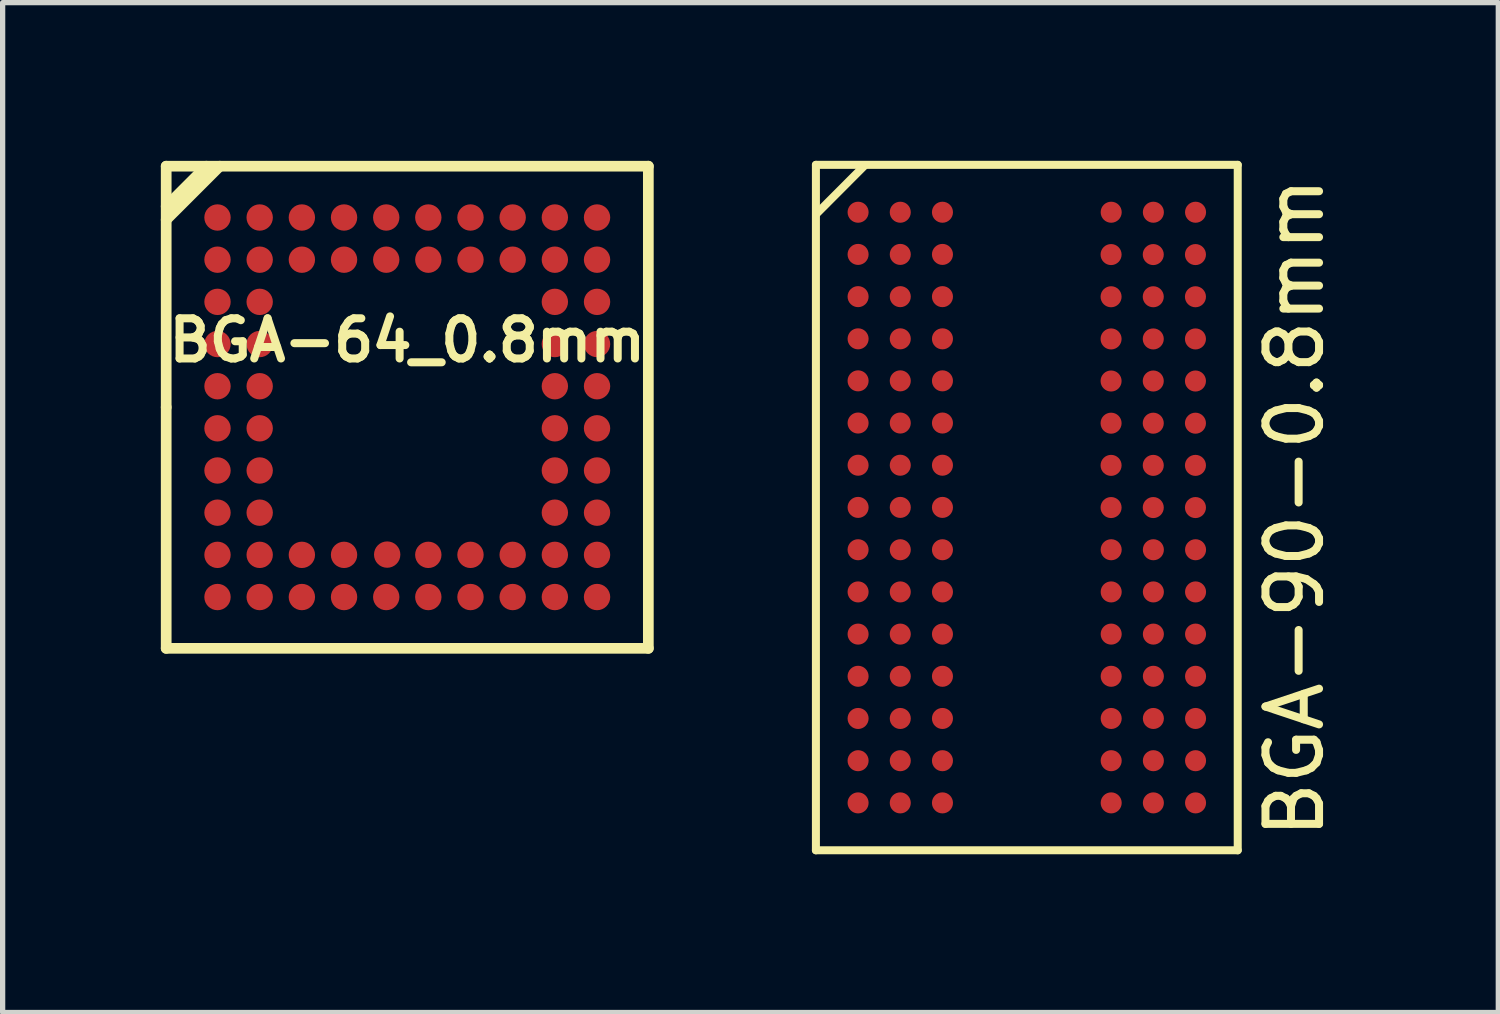
<source format=kicad_pcb>
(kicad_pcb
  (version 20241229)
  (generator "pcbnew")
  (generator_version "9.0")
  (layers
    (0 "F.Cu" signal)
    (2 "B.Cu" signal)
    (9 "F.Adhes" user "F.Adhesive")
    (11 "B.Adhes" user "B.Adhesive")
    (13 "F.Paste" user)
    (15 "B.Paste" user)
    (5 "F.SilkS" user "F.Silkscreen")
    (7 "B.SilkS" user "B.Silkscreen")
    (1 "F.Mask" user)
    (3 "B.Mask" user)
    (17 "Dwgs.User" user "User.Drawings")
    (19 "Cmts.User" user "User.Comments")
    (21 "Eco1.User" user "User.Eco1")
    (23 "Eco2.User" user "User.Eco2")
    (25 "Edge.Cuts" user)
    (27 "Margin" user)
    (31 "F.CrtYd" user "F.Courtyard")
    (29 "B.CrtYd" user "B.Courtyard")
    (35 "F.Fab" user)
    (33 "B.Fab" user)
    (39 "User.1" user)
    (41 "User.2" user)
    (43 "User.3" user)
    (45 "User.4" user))
  (footprint "BGA-90-0.8mm"
    (layer "F.Cu")
    (at 16.424 6.576)
    (property "Reference" "BGA-90-0.8mm" (at 5.08 0 90) (layer "F.SilkS") (effects (font (size 1.016 1.016) (thickness 0.152))))
    (attr smd)
    (fp_line (start -4 -6.5) (end 4 -6.5) (stroke (width 0.152) (type solid)) (layer "F.SilkS"))
    (fp_line (start -4 6.5) (end -4 -6.5) (stroke (width 0.152) (type solid)) (layer "F.SilkS"))
    (fp_line (start -3.081 -6.482) (end -3.98 -5.58) (stroke (width 0.152) (type solid)) (layer "F.SilkS"))
    (fp_line (start 4 -6.5) (end 4 6.5) (stroke (width 0.152) (type solid)) (layer "F.SilkS"))
    (fp_line (start 4 6.5) (end -4 6.5) (stroke (width 0.152) (type solid)) (layer "F.SilkS"))
    (pad "A1" smd circle (at -3.2 -5.601) (size 0.399 0.399) (layers "F.Cu" "F.Mask" "F.Paste"))
    (pad "A2" smd circle (at -2.4 -5.601) (size 0.399 0.399) (layers "F.Cu" "F.Mask" "F.Paste"))
    (pad "A3" smd circle (at -1.6 -5.601) (size 0.399 0.399) (layers "F.Cu" "F.Mask" "F.Paste"))
    (pad "A7" smd circle (at 1.6 -5.601) (size 0.399 0.399) (layers "F.Cu" "F.Mask" "F.Paste"))
    (pad "A8" smd circle (at 2.4 -5.601) (size 0.399 0.399) (layers "F.Cu" "F.Mask" "F.Paste"))
    (pad "A9" smd circle (at 3.2 -5.601) (size 0.399 0.399) (layers "F.Cu" "F.Mask" "F.Paste"))
    (pad "B1" smd circle (at -3.2 -4.801) (size 0.399 0.399) (layers "F.Cu" "F.Mask" "F.Paste"))
    (pad "B2" smd circle (at -2.4 -4.801) (size 0.399 0.399) (layers "F.Cu" "F.Mask" "F.Paste"))
    (pad "B3" smd circle (at -1.6 -4.801) (size 0.399 0.399) (layers "F.Cu" "F.Mask" "F.Paste"))
    (pad "B7" smd circle (at 1.598 -4.798) (size 0.399 0.399) (layers "F.Cu" "F.Mask" "F.Paste"))
    (pad "B8" smd circle (at 2.398 -4.798) (size 0.399 0.399) (layers "F.Cu" "F.Mask" "F.Paste"))
    (pad "B9" smd circle (at 3.198 -4.798) (size 0.399 0.399) (layers "F.Cu" "F.Mask" "F.Paste"))
    (pad "C1" smd circle (at -3.2 -4) (size 0.399 0.399) (layers "F.Cu" "F.Mask" "F.Paste"))
    (pad "C2" smd circle (at -2.4 -4) (size 0.399 0.399) (layers "F.Cu" "F.Mask" "F.Paste"))
    (pad "C3" smd circle (at -1.6 -4) (size 0.399 0.399) (layers "F.Cu" "F.Mask" "F.Paste"))
    (pad "C7" smd circle (at 1.598 -3.998) (size 0.399 0.399) (layers "F.Cu" "F.Mask" "F.Paste"))
    (pad "C8" smd circle (at 2.398 -3.998) (size 0.399 0.399) (layers "F.Cu" "F.Mask" "F.Paste"))
    (pad "C9" smd circle (at 3.198 -3.998) (size 0.399 0.399) (layers "F.Cu" "F.Mask" "F.Paste"))
    (pad "D1" smd circle (at -3.2 -3.2) (size 0.399 0.399) (layers "F.Cu" "F.Mask" "F.Paste"))
    (pad "D2" smd circle (at -2.4 -3.2) (size 0.399 0.399) (layers "F.Cu" "F.Mask" "F.Paste"))
    (pad "D3" smd circle (at -1.6 -3.2) (size 0.399 0.399) (layers "F.Cu" "F.Mask" "F.Paste"))
    (pad "D7" smd circle (at 1.598 -3.198) (size 0.399 0.399) (layers "F.Cu" "F.Mask" "F.Paste"))
    (pad "D8" smd circle (at 2.398 -3.198) (size 0.399 0.399) (layers "F.Cu" "F.Mask" "F.Paste"))
    (pad "D9" smd circle (at 3.198 -3.198) (size 0.399 0.399) (layers "F.Cu" "F.Mask" "F.Paste"))
    (pad "E1" smd circle (at -3.2 -2.403) (size 0.399 0.399) (layers "F.Cu" "F.Mask" "F.Paste"))
    (pad "E2" smd circle (at -2.4 -2.403) (size 0.399 0.399) (layers "F.Cu" "F.Mask" "F.Paste"))
    (pad "E3" smd circle (at -1.6 -2.403) (size 0.399 0.399) (layers "F.Cu" "F.Mask" "F.Paste"))
    (pad "E7" smd circle (at 1.598 -2.4) (size 0.399 0.399) (layers "F.Cu" "F.Mask" "F.Paste"))
    (pad "E8" smd circle (at 2.398 -2.4) (size 0.399 0.399) (layers "F.Cu" "F.Mask" "F.Paste"))
    (pad "E9" smd circle (at 3.198 -2.4) (size 0.399 0.399) (layers "F.Cu" "F.Mask" "F.Paste"))
    (pad "F1" smd circle (at -3.2 -1.603) (size 0.399 0.399) (layers "F.Cu" "F.Mask" "F.Paste"))
    (pad "F2" smd circle (at -2.4 -1.603) (size 0.399 0.399) (layers "F.Cu" "F.Mask" "F.Paste"))
    (pad "F3" smd circle (at -1.6 -1.603) (size 0.399 0.399) (layers "F.Cu" "F.Mask" "F.Paste"))
    (pad "F7" smd circle (at 1.598 -1.6) (size 0.399 0.399) (layers "F.Cu" "F.Mask" "F.Paste"))
    (pad "F8" smd circle (at 2.398 -1.6) (size 0.399 0.399) (layers "F.Cu" "F.Mask" "F.Paste"))
    (pad "F9" smd circle (at 3.198 -1.6) (size 0.399 0.399) (layers "F.Cu" "F.Mask" "F.Paste"))
    (pad "G1" smd circle (at -3.2 -0.803) (size 0.399 0.399) (layers "F.Cu" "F.Mask" "F.Paste"))
    (pad "G2" smd circle (at -2.4 -0.803) (size 0.399 0.399) (layers "F.Cu" "F.Mask" "F.Paste"))
    (pad "G3" smd circle (at -1.6 -0.803) (size 0.399 0.399) (layers "F.Cu" "F.Mask" "F.Paste"))
    (pad "G7" smd circle (at 1.598 -0.8) (size 0.399 0.399) (layers "F.Cu" "F.Mask" "F.Paste"))
    (pad "G8" smd circle (at 2.398 -0.8) (size 0.399 0.399) (layers "F.Cu" "F.Mask" "F.Paste"))
    (pad "G9" smd circle (at 3.198 -0.8) (size 0.399 0.399) (layers "F.Cu" "F.Mask" "F.Paste"))
    (pad "H1" smd circle (at -3.2 -0.003) (size 0.399 0.399) (layers "F.Cu" "F.Mask" "F.Paste"))
    (pad "H2" smd circle (at -2.4 -0.003) (size 0.399 0.399) (layers "F.Cu" "F.Mask" "F.Paste"))
    (pad "H3" smd circle (at -1.6 -0.003) (size 0.399 0.399) (layers "F.Cu" "F.Mask" "F.Paste"))
    (pad "H7" smd circle (at 1.598 0) (size 0.399 0.399) (layers "F.Cu" "F.Mask" "F.Paste"))
    (pad "H8" smd circle (at 2.398 0) (size 0.399 0.399) (layers "F.Cu" "F.Mask" "F.Paste"))
    (pad "H9" smd circle (at 3.198 0) (size 0.399 0.399) (layers "F.Cu" "F.Mask" "F.Paste"))
    (pad "J1" smd circle (at -3.2 0.8) (size 0.399 0.399) (layers "F.Cu" "F.Mask" "F.Paste"))
    (pad "J2" smd circle (at -2.4 0.8) (size 0.399 0.399) (layers "F.Cu" "F.Mask" "F.Paste"))
    (pad "J3" smd circle (at -1.6 0.8) (size 0.399 0.399) (layers "F.Cu" "F.Mask" "F.Paste"))
    (pad "J7" smd circle (at 1.6 0.8) (size 0.399 0.399) (layers "F.Cu" "F.Mask" "F.Paste"))
    (pad "J8" smd circle (at 2.4 0.8) (size 0.399 0.399) (layers "F.Cu" "F.Mask" "F.Paste"))
    (pad "J9" smd circle (at 3.2 0.8) (size 0.399 0.399) (layers "F.Cu" "F.Mask" "F.Paste"))
    (pad "K1" smd circle (at -3.2 1.6) (size 0.399 0.399) (layers "F.Cu" "F.Mask" "F.Paste"))
    (pad "K2" smd circle (at -2.4 1.6) (size 0.399 0.399) (layers "F.Cu" "F.Mask" "F.Paste"))
    (pad "K3" smd circle (at -1.6 1.6) (size 0.399 0.399) (layers "F.Cu" "F.Mask" "F.Paste"))
    (pad "K7" smd circle (at 1.6 1.6) (size 0.399 0.399) (layers "F.Cu" "F.Mask" "F.Paste"))
    (pad "K8" smd circle (at 2.4 1.6) (size 0.399 0.399) (layers "F.Cu" "F.Mask" "F.Paste"))
    (pad "K9" smd circle (at 3.2 1.6) (size 0.399 0.399) (layers "F.Cu" "F.Mask" "F.Paste"))
    (pad "L1" smd circle (at -3.2 2.4) (size 0.399 0.399) (layers "F.Cu" "F.Mask" "F.Paste"))
    (pad "L2" smd circle (at -2.4 2.4) (size 0.399 0.399) (layers "F.Cu" "F.Mask" "F.Paste"))
    (pad "L3" smd circle (at -1.6 2.4) (size 0.399 0.399) (layers "F.Cu" "F.Mask" "F.Paste"))
    (pad "L7" smd circle (at 1.6 2.4) (size 0.399 0.399) (layers "F.Cu" "F.Mask" "F.Paste"))
    (pad "L8" smd circle (at 2.4 2.4) (size 0.399 0.399) (layers "F.Cu" "F.Mask" "F.Paste"))
    (pad "L9" smd circle (at 3.2 2.4) (size 0.399 0.399) (layers "F.Cu" "F.Mask" "F.Paste"))
    (pad "M1" smd circle (at -3.2 3.2) (size 0.399 0.399) (layers "F.Cu" "F.Mask" "F.Paste"))
    (pad "M2" smd circle (at -2.4 3.2) (size 0.399 0.399) (layers "F.Cu" "F.Mask" "F.Paste"))
    (pad "M3" smd circle (at -1.6 3.2) (size 0.399 0.399) (layers "F.Cu" "F.Mask" "F.Paste"))
    (pad "M7" smd circle (at 1.6 3.2) (size 0.399 0.399) (layers "F.Cu" "F.Mask" "F.Paste"))
    (pad "M8" smd circle (at 2.4 3.2) (size 0.399 0.399) (layers "F.Cu" "F.Mask" "F.Paste"))
    (pad "M9" smd circle (at 3.2 3.2) (size 0.399 0.399) (layers "F.Cu" "F.Mask" "F.Paste"))
    (pad "N1" smd circle (at -3.2 4) (size 0.399 0.399) (layers "F.Cu" "F.Mask" "F.Paste"))
    (pad "N2" smd circle (at -2.4 4) (size 0.399 0.399) (layers "F.Cu" "F.Mask" "F.Paste"))
    (pad "N3" smd circle (at -1.6 4) (size 0.399 0.399) (layers "F.Cu" "F.Mask" "F.Paste"))
    (pad "N7" smd circle (at 1.6 4) (size 0.399 0.399) (layers "F.Cu" "F.Mask" "F.Paste"))
    (pad "N8" smd circle (at 2.4 4) (size 0.399 0.399) (layers "F.Cu" "F.Mask" "F.Paste"))
    (pad "N9" smd circle (at 3.2 4) (size 0.399 0.399) (layers "F.Cu" "F.Mask" "F.Paste"))
    (pad "P1" smd circle (at -3.2 4.801) (size 0.399 0.399) (layers "F.Cu" "F.Mask" "F.Paste"))
    (pad "P2" smd circle (at -2.4 4.801) (size 0.399 0.399) (layers "F.Cu" "F.Mask" "F.Paste"))
    (pad "P3" smd circle (at -1.6 4.801) (size 0.399 0.399) (layers "F.Cu" "F.Mask" "F.Paste"))
    (pad "P7" smd circle (at 1.6 4.801) (size 0.399 0.399) (layers "F.Cu" "F.Mask" "F.Paste"))
    (pad "P8" smd circle (at 2.4 4.801) (size 0.399 0.399) (layers "F.Cu" "F.Mask" "F.Paste"))
    (pad "P9" smd circle (at 3.2 4.801) (size 0.399 0.399) (layers "F.Cu" "F.Mask" "F.Paste"))
    (pad "R1" smd circle (at -3.2 5.601) (size 0.399 0.399) (layers "F.Cu" "F.Mask" "F.Paste"))
    (pad "R2" smd circle (at -2.4 5.601) (size 0.399 0.399) (layers "F.Cu" "F.Mask" "F.Paste"))
    (pad "R3" smd circle (at -1.6 5.601) (size 0.399 0.399) (layers "F.Cu" "F.Mask" "F.Paste"))
    (pad "R7" smd circle (at 1.6 5.601) (size 0.399 0.399) (layers "F.Cu" "F.Mask" "F.Paste"))
    (pad "R8" smd circle (at 2.4 5.601) (size 0.399 0.399) (layers "F.Cu" "F.Mask" "F.Paste"))
    (pad "R9" smd circle (at 3.2 5.601) (size 0.399 0.399) (layers "F.Cu" "F.Mask" "F.Paste")))
  (footprint "BGA-64_0.8mm"
    (layer "F.Cu")
    (at 4.674 4.674)
    (property "Reference" "BGA-64_0.8mm" (at 0 -1.27 0) (layer "F.SilkS") (effects (font (size 0.762 0.762) (thickness 0.152))))
    (attr smd)
    (fp_line (start -4.572 -4.572) (end 4.572 -4.572) (stroke (width 0.203) (type solid)) (layer "F.SilkS"))
    (fp_line (start -4.572 -3.81) (end -3.81 -4.572) (stroke (width 0.203) (type solid)) (layer "F.SilkS"))
    (fp_line (start -4.572 -3.556) (end -3.556 -4.572) (stroke (width 0.203) (type solid)) (layer "F.SilkS"))
    (fp_line (start -4.572 0) (end -4.572 -4.572) (stroke (width 0.203) (type solid)) (layer "F.SilkS"))
    (fp_line (start -4.572 4.572) (end -4.572 0) (stroke (width 0.203) (type solid)) (layer "F.SilkS"))
    (fp_line (start 4.572 -4.572) (end 4.572 4.572) (stroke (width 0.203) (type solid)) (layer "F.SilkS"))
    (fp_line (start 4.572 4.572) (end -4.572 4.572) (stroke (width 0.203) (type solid)) (layer "F.SilkS"))
    (pad "A1" smd circle (at -3.599 -3.599) (size 0.5 0.5) (layers "F.Cu" "F.Mask" "F.Paste"))
    (pad "A2" smd circle (at -2.799 -3.599) (size 0.5 0.5) (layers "F.Cu" "F.Mask" "F.Paste"))
    (pad "A3" smd circle (at -1.999 -3.599) (size 0.5 0.5) (layers "F.Cu" "F.Mask" "F.Paste"))
    (pad "A4" smd circle (at -1.199 -3.599) (size 0.5 0.5) (layers "F.Cu" "F.Mask" "F.Paste"))
    (pad "A5" smd circle (at -0.399 -3.599) (size 0.5 0.5) (layers "F.Cu" "F.Mask" "F.Paste"))
    (pad "A6" smd circle (at 0.399 -3.599) (size 0.5 0.5) (layers "F.Cu" "F.Mask" "F.Paste"))
    (pad "A7" smd circle (at 1.199 -3.599) (size 0.5 0.5) (layers "F.Cu" "F.Mask" "F.Paste"))
    (pad "A8" smd circle (at 1.999 -3.599) (size 0.5 0.5) (layers "F.Cu" "F.Mask" "F.Paste"))
    (pad "A9" smd circle (at 2.799 -3.599) (size 0.5 0.5) (layers "F.Cu" "F.Mask" "F.Paste"))
    (pad "A10" smd circle (at 3.599 -3.599) (size 0.5 0.5) (layers "F.Cu" "F.Mask" "F.Paste"))
    (pad "B1" smd circle (at -3.599 -2.799) (size 0.5 0.5) (layers "F.Cu" "F.Mask" "F.Paste"))
    (pad "B2" smd circle (at -2.799 -2.799) (size 0.5 0.5) (layers "F.Cu" "F.Mask" "F.Paste"))
    (pad "B3" smd circle (at -1.999 -2.799) (size 0.5 0.5) (layers "F.Cu" "F.Mask" "F.Paste"))
    (pad "B4" smd circle (at -1.199 -2.799) (size 0.5 0.5) (layers "F.Cu" "F.Mask" "F.Paste"))
    (pad "B5" smd circle (at -0.399 -2.799) (size 0.5 0.5) (layers "F.Cu" "F.Mask" "F.Paste"))
    (pad "B6" smd circle (at 0.399 -2.799) (size 0.5 0.5) (layers "F.Cu" "F.Mask" "F.Paste"))
    (pad "B7" smd circle (at 1.199 -2.799) (size 0.5 0.5) (layers "F.Cu" "F.Mask" "F.Paste"))
    (pad "B8" smd circle (at 1.999 -2.799) (size 0.5 0.5) (layers "F.Cu" "F.Mask" "F.Paste"))
    (pad "B9" smd circle (at 2.799 -2.799) (size 0.5 0.5) (layers "F.Cu" "F.Mask" "F.Paste"))
    (pad "B10" smd circle (at 3.599 -2.799) (size 0.5 0.5) (layers "F.Cu" "F.Mask" "F.Paste"))
    (pad "C1" smd circle (at -3.599 -1.999) (size 0.5 0.5) (layers "F.Cu" "F.Mask" "F.Paste"))
    (pad "C2" smd circle (at -2.799 -1.999) (size 0.5 0.5) (layers "F.Cu" "F.Mask" "F.Paste"))
    (pad "C9" smd circle (at 2.799 -1.999) (size 0.5 0.5) (layers "F.Cu" "F.Mask" "F.Paste"))
    (pad "C10" smd circle (at 3.599 -1.999) (size 0.5 0.5) (layers "F.Cu" "F.Mask" "F.Paste"))
    (pad "D1" smd circle (at -3.599 -1.199) (size 0.5 0.5) (layers "F.Cu" "F.Mask" "F.Paste"))
    (pad "D2" smd circle (at -2.799 -1.199) (size 0.5 0.5) (layers "F.Cu" "F.Mask" "F.Paste"))
    (pad "D9" smd circle (at 2.799 -1.199) (size 0.5 0.5) (layers "F.Cu" "F.Mask" "F.Paste"))
    (pad "D10" smd circle (at 3.599 -1.199) (size 0.5 0.5) (layers "F.Cu" "F.Mask" "F.Paste"))
    (pad "E1" smd circle (at -3.599 -0.399) (size 0.5 0.5) (layers "F.Cu" "F.Mask" "F.Paste"))
    (pad "E2" smd circle (at -2.799 -0.399) (size 0.5 0.5) (layers "F.Cu" "F.Mask" "F.Paste"))
    (pad "E9" smd circle (at 2.799 -0.399) (size 0.5 0.5) (layers "F.Cu" "F.Mask" "F.Paste"))
    (pad "E10" smd circle (at 3.599 -0.399) (size 0.5 0.5) (layers "F.Cu" "F.Mask" "F.Paste"))
    (pad "F1" smd circle (at -3.599 0.399) (size 0.5 0.5) (layers "F.Cu" "F.Mask" "F.Paste"))
    (pad "F2" smd circle (at -2.799 0.399) (size 0.5 0.5) (layers "F.Cu" "F.Mask" "F.Paste"))
    (pad "F9" smd circle (at 2.799 0.399) (size 0.5 0.5) (layers "F.Cu" "F.Mask" "F.Paste"))
    (pad "F10" smd circle (at 3.599 0.399) (size 0.5 0.5) (layers "F.Cu" "F.Mask" "F.Paste"))
    (pad "G1" smd circle (at -3.599 1.199) (size 0.5 0.5) (layers "F.Cu" "F.Mask" "F.Paste"))
    (pad "G2" smd circle (at -2.799 1.199) (size 0.5 0.5) (layers "F.Cu" "F.Mask" "F.Paste"))
    (pad "G9" smd circle (at 2.799 1.199) (size 0.5 0.5) (layers "F.Cu" "F.Mask" "F.Paste"))
    (pad "G10" smd circle (at 3.599 1.199) (size 0.5 0.5) (layers "F.Cu" "F.Mask" "F.Paste"))
    (pad "H1" smd circle (at -3.599 1.999) (size 0.5 0.5) (layers "F.Cu" "F.Mask" "F.Paste"))
    (pad "H2" smd circle (at -2.799 1.999) (size 0.5 0.5) (layers "F.Cu" "F.Mask" "F.Paste"))
    (pad "H9" smd circle (at 2.799 1.999) (size 0.5 0.5) (layers "F.Cu" "F.Mask" "F.Paste"))
    (pad "H10" smd circle (at 3.599 1.999) (size 0.5 0.5) (layers "F.Cu" "F.Mask" "F.Paste"))
    (pad "J1" smd circle (at -3.599 2.799) (size 0.5 0.5) (layers "F.Cu" "F.Mask" "F.Paste"))
    (pad "J2" smd circle (at -2.799 2.799) (size 0.5 0.5) (layers "F.Cu" "F.Mask" "F.Paste"))
    (pad "J3" smd circle (at -1.999 2.799) (size 0.5 0.5) (layers "F.Cu" "F.Mask" "F.Paste"))
    (pad "J4" smd circle (at -1.199 2.799) (size 0.5 0.5) (layers "F.Cu" "F.Mask" "F.Paste"))
    (pad "J5" smd circle (at -0.381 2.794) (size 0.5 0.5) (layers "F.Cu" "F.Mask" "F.Paste"))
    (pad "J6" smd circle (at 0.399 2.799) (size 0.5 0.5) (layers "F.Cu" "F.Mask" "F.Paste"))
    (pad "J7" smd circle (at 1.199 2.799) (size 0.5 0.5) (layers "F.Cu" "F.Mask" "F.Paste"))
    (pad "J8" smd circle (at 1.999 2.799) (size 0.5 0.5) (layers "F.Cu" "F.Mask" "F.Paste"))
    (pad "J9" smd circle (at 2.799 2.799) (size 0.5 0.5) (layers "F.Cu" "F.Mask" "F.Paste"))
    (pad "J10" smd circle (at 3.599 2.799) (size 0.5 0.5) (layers "F.Cu" "F.Mask" "F.Paste"))
    (pad "K1" smd circle (at -3.599 3.599) (size 0.5 0.5) (layers "F.Cu" "F.Mask" "F.Paste"))
    (pad "K2" smd circle (at -2.799 3.599) (size 0.5 0.5) (layers "F.Cu" "F.Mask" "F.Paste"))
    (pad "K3" smd circle (at -1.999 3.599) (size 0.5 0.5) (layers "F.Cu" "F.Mask" "F.Paste"))
    (pad "K4" smd circle (at -1.199 3.599) (size 0.5 0.5) (layers "F.Cu" "F.Mask" "F.Paste"))
    (pad "K5" smd circle (at -0.399 3.599) (size 0.5 0.5) (layers "F.Cu" "F.Mask" "F.Paste"))
    (pad "K6" smd circle (at 0.399 3.599) (size 0.5 0.5) (layers "F.Cu" "F.Mask" "F.Paste"))
    (pad "K7" smd circle (at 1.199 3.599) (size 0.5 0.5) (layers "F.Cu" "F.Mask" "F.Paste"))
    (pad "K8" smd circle (at 1.999 3.599) (size 0.5 0.5) (layers "F.Cu" "F.Mask" "F.Paste"))
    (pad "K9" smd circle (at 2.799 3.599) (size 0.5 0.5) (layers "F.Cu" "F.Mask" "F.Paste"))
    (pad "K10" smd circle (at 3.599 3.599) (size 0.5 0.5) (layers "F.Cu" "F.Mask" "F.Paste")))
  (gr_rect
    (start -3 -3)
    (end 25.366 16.152)
    (stroke (width 0.1) (type default))
    (fill no)
    (layer "Edge.Cuts")))
</source>
